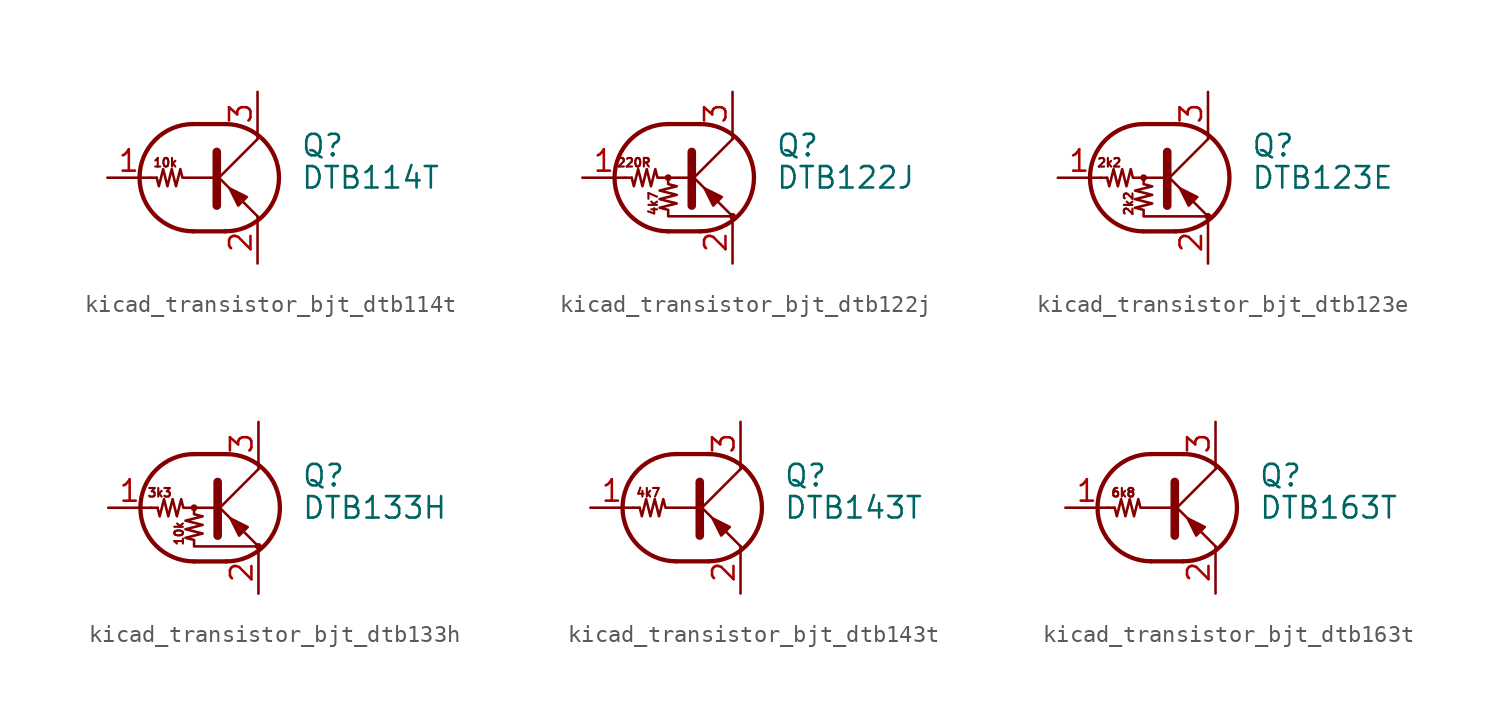
<source format=kicad_sym>
(kicad_symbol_lib
  (version 20220914)
  (generator kicad_symbol_editor)
  (symbol "kicad_transistor_bjt_dtb114t"
    (pin_names
      (offset 0) hide)
    (property "Reference" "Q"
      (at 5.08 1.905 0)
      (effects (font (size 1.27 1.27)) (justify left)))
    (property "Value" "DTB114T"
      (at 5.08 0 0)
      (effects (font (size 1.27 1.27)) (justify left)))
    (symbol "kicad_transistor_bjt_dtb114t_0_0"
      (polyline (pts (xy 2.54 -2.286) (xy 2.54 -2.54)) (stroke (width 0) (type default)) (fill (type none)))
      (text "10k" (at -2.921 0.889 0) (effects (font (size 0.508 0.508)))))
    (symbol "kicad_transistor_bjt_dtb114t_0_1"
      (arc (start -1.27 3.175) (mid -4.4312 0) (end -1.27 -3.175) (stroke (width 0.254) (type default)) (fill (type none)))
      (polyline (pts (xy -3.429 0) (xy -3.81 0)) (stroke (width 0) (type default)) (fill (type none)))
      (polyline (pts (xy -1.27 -3.175) (xy 0.635 -3.175)) (stroke (width 0.254) (type default)) (fill (type none)))
      (polyline (pts (xy -1.27 3.175) (xy 0.635 3.175)) (stroke (width 0.254) (type default)) (fill (type none)))
      (polyline (pts (xy 0 -0.254) (xy 2.54 2.286)) (stroke (width 0) (type default)) (fill (type none)))
      (polyline (pts (xy 0.127 1.524) (xy 0.127 -1.651)) (stroke (width 0.508) (type default)) (fill (type outline)))
      (polyline (pts (xy 2.54 2.286) (xy 2.54 2.54)) (stroke (width 0) (type default)) (fill (type none)))
      (polyline (pts (xy 2.54 -2.286) (xy 0 0.254) (xy 0 0.254)) (stroke (width 0) (type default)) (fill (type none)))
      (polyline (pts (xy 1.397 -1.651) (xy 1.905 -1.143) (xy 0.889 -0.635) (xy 1.397 -1.651)) (stroke (width 0) (type default)) (fill (type outline)))
      (polyline (pts (xy 0 0) (xy -1.905 0) (xy -2.032 0.508) (xy -2.286 -0.508) (xy -2.54 0.508) (xy -2.794 -0.508) (xy -3.048 0.508) (xy -3.302 -0.508) (xy -3.429 0)) (stroke (width 0) (type default)) (fill (type none)))
      (arc (start 0.635 -3.175) (mid 3.7962 0) (end 0.635 3.175) (stroke (width 0.254) (type default)) (fill (type none))))
    (symbol "kicad_transistor_bjt_dtb114t_1_1"
      (pin input line (at -6.35 0 0) (length 2.54) (name "B" (effects (font (size 1.27 1.27)))) (number "1" (effects (font (size 1.27 1.27)))))
      (pin passive line (at 2.54 -5.08 90) (length 2.54) (name "E" (effects (font (size 1.27 1.27)))) (number "2" (effects (font (size 1.27 1.27)))))
      (pin passive line (at 2.54 5.08 270) (length 2.54) (name "C" (effects (font (size 1.27 1.27)))) (number "3" (effects (font (size 1.27 1.27)))))))
  (symbol "kicad_transistor_bjt_dtb122j"
    (pin_names
      (offset 0) hide)
    (property "Reference" "Q"
      (at 5.08 1.905 0)
      (effects (font (size 1.27 1.27)) (justify left)))
    (property "Value" "DTB122J"
      (at 5.08 0 0)
      (effects (font (size 1.27 1.27)) (justify left)))
    (symbol "kicad_transistor_bjt_dtb122j_0_0"
      (text "220R" (at -3.302 0.889 0) (effects (font (size 0.508 0.508))))
      (text "4k7" (at -2.159 -1.524 900) (effects (font (size 0.508 0.508)))))
    (symbol "kicad_transistor_bjt_dtb122j_0_1"
      (circle (center -1.27 0) (radius 0.127) (stroke (width 0) (type default)) (fill (type none)))
      (arc (start -1.27 3.175) (mid -4.4312 0) (end -1.27 -3.175) (stroke (width 0.254) (type default)) (fill (type none)))
      (polyline (pts (xy -3.429 0) (xy -3.81 0)) (stroke (width 0) (type default)) (fill (type none)))
      (polyline (pts (xy -1.27 -3.175) (xy 0.635 -3.175)) (stroke (width 0.254) (type default)) (fill (type none)))
      (polyline (pts (xy -1.27 3.175) (xy 0.635 3.175)) (stroke (width 0.254) (type default)) (fill (type none)))
      (polyline (pts (xy 0 -0.254) (xy 2.54 2.286)) (stroke (width 0) (type default)) (fill (type none)))
      (polyline (pts (xy 0.127 1.524) (xy 0.127 -1.651)) (stroke (width 0.508) (type default)) (fill (type outline)))
      (polyline (pts (xy 2.54 2.286) (xy 2.54 2.54)) (stroke (width 0) (type default)) (fill (type none)))
      (polyline (pts (xy 2.54 -2.286) (xy 0 0.254) (xy 0 0.254)) (stroke (width 0) (type default)) (fill (type none)))
      (polyline (pts (xy 1.397 -1.651) (xy 1.905 -1.143) (xy 0.889 -0.635) (xy 1.397 -1.651)) (stroke (width 0) (type default)) (fill (type outline)))
      (polyline (pts (xy 0 0) (xy -1.905 0) (xy -2.032 0.508) (xy -2.286 -0.508) (xy -2.54 0.508) (xy -2.794 -0.508) (xy -3.048 0.508) (xy -3.302 -0.508) (xy -3.429 0)) (stroke (width 0) (type default)) (fill (type none)))
      (polyline (pts (xy -1.27 0) (xy -1.27 -0.381) (xy -0.762 -0.508) (xy -1.778 -0.762) (xy -0.762 -1.016) (xy -1.778 -1.27) (xy -0.762 -1.524) (xy -1.778 -1.778) (xy -1.27 -1.905) (xy -1.27 -2.286) (xy 2.54 -2.286)) (stroke (width 0) (type default)) (fill (type none)))
      (arc (start 0.635 -3.175) (mid 3.7962 0) (end 0.635 3.175) (stroke (width 0.254) (type default)) (fill (type none)))
      (circle (center 2.54 -2.286) (radius 0.127) (stroke (width 0) (type default)) (fill (type none))))
    (symbol "kicad_transistor_bjt_dtb122j_1_1"
      (pin input line (at -6.35 0 0) (length 2.54) (name "B" (effects (font (size 1.27 1.27)))) (number "1" (effects (font (size 1.27 1.27)))))
      (pin passive line (at 2.54 -5.08 90) (length 2.54) (name "E" (effects (font (size 1.27 1.27)))) (number "2" (effects (font (size 1.27 1.27)))))
      (pin passive line (at 2.54 5.08 270) (length 2.54) (name "C" (effects (font (size 1.27 1.27)))) (number "3" (effects (font (size 1.27 1.27)))))))
  (symbol "kicad_transistor_bjt_dtb123e"
    (pin_names
      (offset 0) hide)
    (property "Reference" "Q"
      (at 5.08 1.905 0)
      (effects (font (size 1.27 1.27)) (justify left)))
    (property "Value" "DTB123E"
      (at 5.08 0 0)
      (effects (font (size 1.27 1.27)) (justify left)))
    (symbol "kicad_transistor_bjt_dtb123e_0_0"
      (text "2k2" (at -3.302 0.889 0) (effects (font (size 0.508 0.508))))
      (text "2k2" (at -2.159 -1.524 900) (effects (font (size 0.508 0.508)))))
    (symbol "kicad_transistor_bjt_dtb123e_0_1"
      (circle (center -1.27 0) (radius 0.127) (stroke (width 0) (type default)) (fill (type none)))
      (arc (start -1.27 3.175) (mid -4.4312 0) (end -1.27 -3.175) (stroke (width 0.254) (type default)) (fill (type none)))
      (polyline (pts (xy -3.429 0) (xy -3.81 0)) (stroke (width 0) (type default)) (fill (type none)))
      (polyline (pts (xy -1.27 -3.175) (xy 0.635 -3.175)) (stroke (width 0.254) (type default)) (fill (type none)))
      (polyline (pts (xy -1.27 3.175) (xy 0.635 3.175)) (stroke (width 0.254) (type default)) (fill (type none)))
      (polyline (pts (xy 0 -0.254) (xy 2.54 2.286)) (stroke (width 0) (type default)) (fill (type none)))
      (polyline (pts (xy 0.127 1.524) (xy 0.127 -1.651)) (stroke (width 0.508) (type default)) (fill (type outline)))
      (polyline (pts (xy 2.54 2.286) (xy 2.54 2.54)) (stroke (width 0) (type default)) (fill (type none)))
      (polyline (pts (xy 2.54 -2.286) (xy 0 0.254) (xy 0 0.254)) (stroke (width 0) (type default)) (fill (type none)))
      (polyline (pts (xy 1.397 -1.651) (xy 1.905 -1.143) (xy 0.889 -0.635) (xy 1.397 -1.651)) (stroke (width 0) (type default)) (fill (type outline)))
      (polyline (pts (xy 0 0) (xy -1.905 0) (xy -2.032 0.508) (xy -2.286 -0.508) (xy -2.54 0.508) (xy -2.794 -0.508) (xy -3.048 0.508) (xy -3.302 -0.508) (xy -3.429 0)) (stroke (width 0) (type default)) (fill (type none)))
      (polyline (pts (xy -1.27 0) (xy -1.27 -0.381) (xy -0.762 -0.508) (xy -1.778 -0.762) (xy -0.762 -1.016) (xy -1.778 -1.27) (xy -0.762 -1.524) (xy -1.778 -1.778) (xy -1.27 -1.905) (xy -1.27 -2.286) (xy 2.54 -2.286)) (stroke (width 0) (type default)) (fill (type none)))
      (arc (start 0.635 -3.175) (mid 3.7962 0) (end 0.635 3.175) (stroke (width 0.254) (type default)) (fill (type none)))
      (circle (center 2.54 -2.286) (radius 0.127) (stroke (width 0) (type default)) (fill (type none))))
    (symbol "kicad_transistor_bjt_dtb123e_1_1"
      (pin input line (at -6.35 0 0) (length 2.54) (name "B" (effects (font (size 1.27 1.27)))) (number "1" (effects (font (size 1.27 1.27)))))
      (pin passive line (at 2.54 -5.08 90) (length 2.54) (name "E" (effects (font (size 1.27 1.27)))) (number "2" (effects (font (size 1.27 1.27)))))
      (pin passive line (at 2.54 5.08 270) (length 2.54) (name "C" (effects (font (size 1.27 1.27)))) (number "3" (effects (font (size 1.27 1.27)))))))
  (symbol "kicad_transistor_bjt_dtb133h"
    (pin_names
      (offset 0) hide)
    (property "Reference" "Q"
      (at 5.08 1.905 0)
      (effects (font (size 1.27 1.27)) (justify left)))
    (property "Value" "DTB133H"
      (at 5.08 0 0)
      (effects (font (size 1.27 1.27)) (justify left)))
    (symbol "kicad_transistor_bjt_dtb133h_0_0"
      (text "10k" (at -2.159 -1.524 900) (effects (font (size 0.508 0.508))))
      (text "3k3" (at -3.302 0.889 0) (effects (font (size 0.508 0.508)))))
    (symbol "kicad_transistor_bjt_dtb133h_0_1"
      (circle (center -1.27 0) (radius 0.127) (stroke (width 0) (type default)) (fill (type none)))
      (arc (start -1.27 3.175) (mid -4.4312 0) (end -1.27 -3.175) (stroke (width 0.254) (type default)) (fill (type none)))
      (polyline (pts (xy -3.429 0) (xy -3.81 0)) (stroke (width 0) (type default)) (fill (type none)))
      (polyline (pts (xy -1.27 -3.175) (xy 0.635 -3.175)) (stroke (width 0.254) (type default)) (fill (type none)))
      (polyline (pts (xy -1.27 3.175) (xy 0.635 3.175)) (stroke (width 0.254) (type default)) (fill (type none)))
      (polyline (pts (xy 0 -0.254) (xy 2.54 2.286)) (stroke (width 0) (type default)) (fill (type none)))
      (polyline (pts (xy 0.127 1.524) (xy 0.127 -1.651)) (stroke (width 0.508) (type default)) (fill (type outline)))
      (polyline (pts (xy 2.54 2.286) (xy 2.54 2.54)) (stroke (width 0) (type default)) (fill (type none)))
      (polyline (pts (xy 2.54 -2.286) (xy 0 0.254) (xy 0 0.254)) (stroke (width 0) (type default)) (fill (type none)))
      (polyline (pts (xy 1.397 -1.651) (xy 1.905 -1.143) (xy 0.889 -0.635) (xy 1.397 -1.651)) (stroke (width 0) (type default)) (fill (type outline)))
      (polyline (pts (xy 0 0) (xy -1.905 0) (xy -2.032 0.508) (xy -2.286 -0.508) (xy -2.54 0.508) (xy -2.794 -0.508) (xy -3.048 0.508) (xy -3.302 -0.508) (xy -3.429 0)) (stroke (width 0) (type default)) (fill (type none)))
      (polyline (pts (xy -1.27 0) (xy -1.27 -0.381) (xy -0.762 -0.508) (xy -1.778 -0.762) (xy -0.762 -1.016) (xy -1.778 -1.27) (xy -0.762 -1.524) (xy -1.778 -1.778) (xy -1.27 -1.905) (xy -1.27 -2.286) (xy 2.54 -2.286)) (stroke (width 0) (type default)) (fill (type none)))
      (arc (start 0.635 -3.175) (mid 3.7962 0) (end 0.635 3.175) (stroke (width 0.254) (type default)) (fill (type none)))
      (circle (center 2.54 -2.286) (radius 0.127) (stroke (width 0) (type default)) (fill (type none))))
    (symbol "kicad_transistor_bjt_dtb133h_1_1"
      (pin input line (at -6.35 0 0) (length 2.54) (name "B" (effects (font (size 1.27 1.27)))) (number "1" (effects (font (size 1.27 1.27)))))
      (pin passive line (at 2.54 -5.08 90) (length 2.54) (name "E" (effects (font (size 1.27 1.27)))) (number "2" (effects (font (size 1.27 1.27)))))
      (pin passive line (at 2.54 5.08 270) (length 2.54) (name "C" (effects (font (size 1.27 1.27)))) (number "3" (effects (font (size 1.27 1.27)))))))
  (symbol "kicad_transistor_bjt_dtb143t"
    (pin_names
      (offset 0) hide)
    (property "Reference" "Q"
      (at 5.08 1.905 0)
      (effects (font (size 1.27 1.27)) (justify left)))
    (property "Value" "DTB143T"
      (at 5.08 0 0)
      (effects (font (size 1.27 1.27)) (justify left)))
    (symbol "kicad_transistor_bjt_dtb143t_0_0"
      (polyline (pts (xy 2.54 -2.286) (xy 2.54 -2.54)) (stroke (width 0) (type default)) (fill (type none)))
      (text "4k7" (at -2.921 0.889 0) (effects (font (size 0.508 0.508)))))
    (symbol "kicad_transistor_bjt_dtb143t_0_1"
      (arc (start -1.27 3.175) (mid -4.4312 0) (end -1.27 -3.175) (stroke (width 0.254) (type default)) (fill (type none)))
      (polyline (pts (xy -3.429 0) (xy -3.81 0)) (stroke (width 0) (type default)) (fill (type none)))
      (polyline (pts (xy -1.27 -3.175) (xy 0.635 -3.175)) (stroke (width 0.254) (type default)) (fill (type none)))
      (polyline (pts (xy -1.27 3.175) (xy 0.635 3.175)) (stroke (width 0.254) (type default)) (fill (type none)))
      (polyline (pts (xy 0 -0.254) (xy 2.54 2.286)) (stroke (width 0) (type default)) (fill (type none)))
      (polyline (pts (xy 0.127 1.524) (xy 0.127 -1.651)) (stroke (width 0.508) (type default)) (fill (type outline)))
      (polyline (pts (xy 2.54 2.286) (xy 2.54 2.54)) (stroke (width 0) (type default)) (fill (type none)))
      (polyline (pts (xy 2.54 -2.286) (xy 0 0.254) (xy 0 0.254)) (stroke (width 0) (type default)) (fill (type none)))
      (polyline (pts (xy 1.397 -1.651) (xy 1.905 -1.143) (xy 0.889 -0.635) (xy 1.397 -1.651)) (stroke (width 0) (type default)) (fill (type outline)))
      (polyline (pts (xy 0 0) (xy -1.905 0) (xy -2.032 0.508) (xy -2.286 -0.508) (xy -2.54 0.508) (xy -2.794 -0.508) (xy -3.048 0.508) (xy -3.302 -0.508) (xy -3.429 0)) (stroke (width 0) (type default)) (fill (type none)))
      (arc (start 0.635 -3.175) (mid 3.7962 0) (end 0.635 3.175) (stroke (width 0.254) (type default)) (fill (type none))))
    (symbol "kicad_transistor_bjt_dtb143t_1_1"
      (pin input line (at -6.35 0 0) (length 2.54) (name "B" (effects (font (size 1.27 1.27)))) (number "1" (effects (font (size 1.27 1.27)))))
      (pin passive line (at 2.54 -5.08 90) (length 2.54) (name "E" (effects (font (size 1.27 1.27)))) (number "2" (effects (font (size 1.27 1.27)))))
      (pin passive line (at 2.54 5.08 270) (length 2.54) (name "C" (effects (font (size 1.27 1.27)))) (number "3" (effects (font (size 1.27 1.27)))))))
  (symbol "kicad_transistor_bjt_dtb163t"
    (pin_names
      (offset 0) hide)
    (property "Reference" "Q"
      (at 5.08 1.905 0)
      (effects (font (size 1.27 1.27)) (justify left)))
    (property "Value" "DTB163T"
      (at 5.08 0 0)
      (effects (font (size 1.27 1.27)) (justify left)))
    (symbol "kicad_transistor_bjt_dtb163t_0_0"
      (polyline (pts (xy 2.54 -2.286) (xy 2.54 -2.54)) (stroke (width 0) (type default)) (fill (type none)))
      (text "6k8" (at -2.921 0.889 0) (effects (font (size 0.508 0.508)))))
    (symbol "kicad_transistor_bjt_dtb163t_0_1"
      (arc (start -1.27 3.175) (mid -4.4312 0) (end -1.27 -3.175) (stroke (width 0.254) (type default)) (fill (type none)))
      (polyline (pts (xy -3.429 0) (xy -3.81 0)) (stroke (width 0) (type default)) (fill (type none)))
      (polyline (pts (xy -1.27 -3.175) (xy 0.635 -3.175)) (stroke (width 0.254) (type default)) (fill (type none)))
      (polyline (pts (xy -1.27 3.175) (xy 0.635 3.175)) (stroke (width 0.254) (type default)) (fill (type none)))
      (polyline (pts (xy 0 -0.254) (xy 2.54 2.286)) (stroke (width 0) (type default)) (fill (type none)))
      (polyline (pts (xy 0.127 1.524) (xy 0.127 -1.651)) (stroke (width 0.508) (type default)) (fill (type outline)))
      (polyline (pts (xy 2.54 2.286) (xy 2.54 2.54)) (stroke (width 0) (type default)) (fill (type none)))
      (polyline (pts (xy 2.54 -2.286) (xy 0 0.254) (xy 0 0.254)) (stroke (width 0) (type default)) (fill (type none)))
      (polyline (pts (xy 1.397 -1.651) (xy 1.905 -1.143) (xy 0.889 -0.635) (xy 1.397 -1.651)) (stroke (width 0) (type default)) (fill (type outline)))
      (polyline (pts (xy 0 0) (xy -1.905 0) (xy -2.032 0.508) (xy -2.286 -0.508) (xy -2.54 0.508) (xy -2.794 -0.508) (xy -3.048 0.508) (xy -3.302 -0.508) (xy -3.429 0)) (stroke (width 0) (type default)) (fill (type none)))
      (arc (start 0.635 -3.175) (mid 3.7962 0) (end 0.635 3.175) (stroke (width 0.254) (type default)) (fill (type none))))
    (symbol "kicad_transistor_bjt_dtb163t_1_1"
      (pin input line (at -6.35 0 0) (length 2.54) (name "B" (effects (font (size 1.27 1.27)))) (number "1" (effects (font (size 1.27 1.27)))))
      (pin passive line (at 2.54 -5.08 90) (length 2.54) (name "E" (effects (font (size 1.27 1.27)))) (number "2" (effects (font (size 1.27 1.27)))))
      (pin passive line (at 2.54 5.08 270) (length 2.54) (name "C" (effects (font (size 1.27 1.27)))) (number "3" (effects (font (size 1.27 1.27))))))))
</source>
